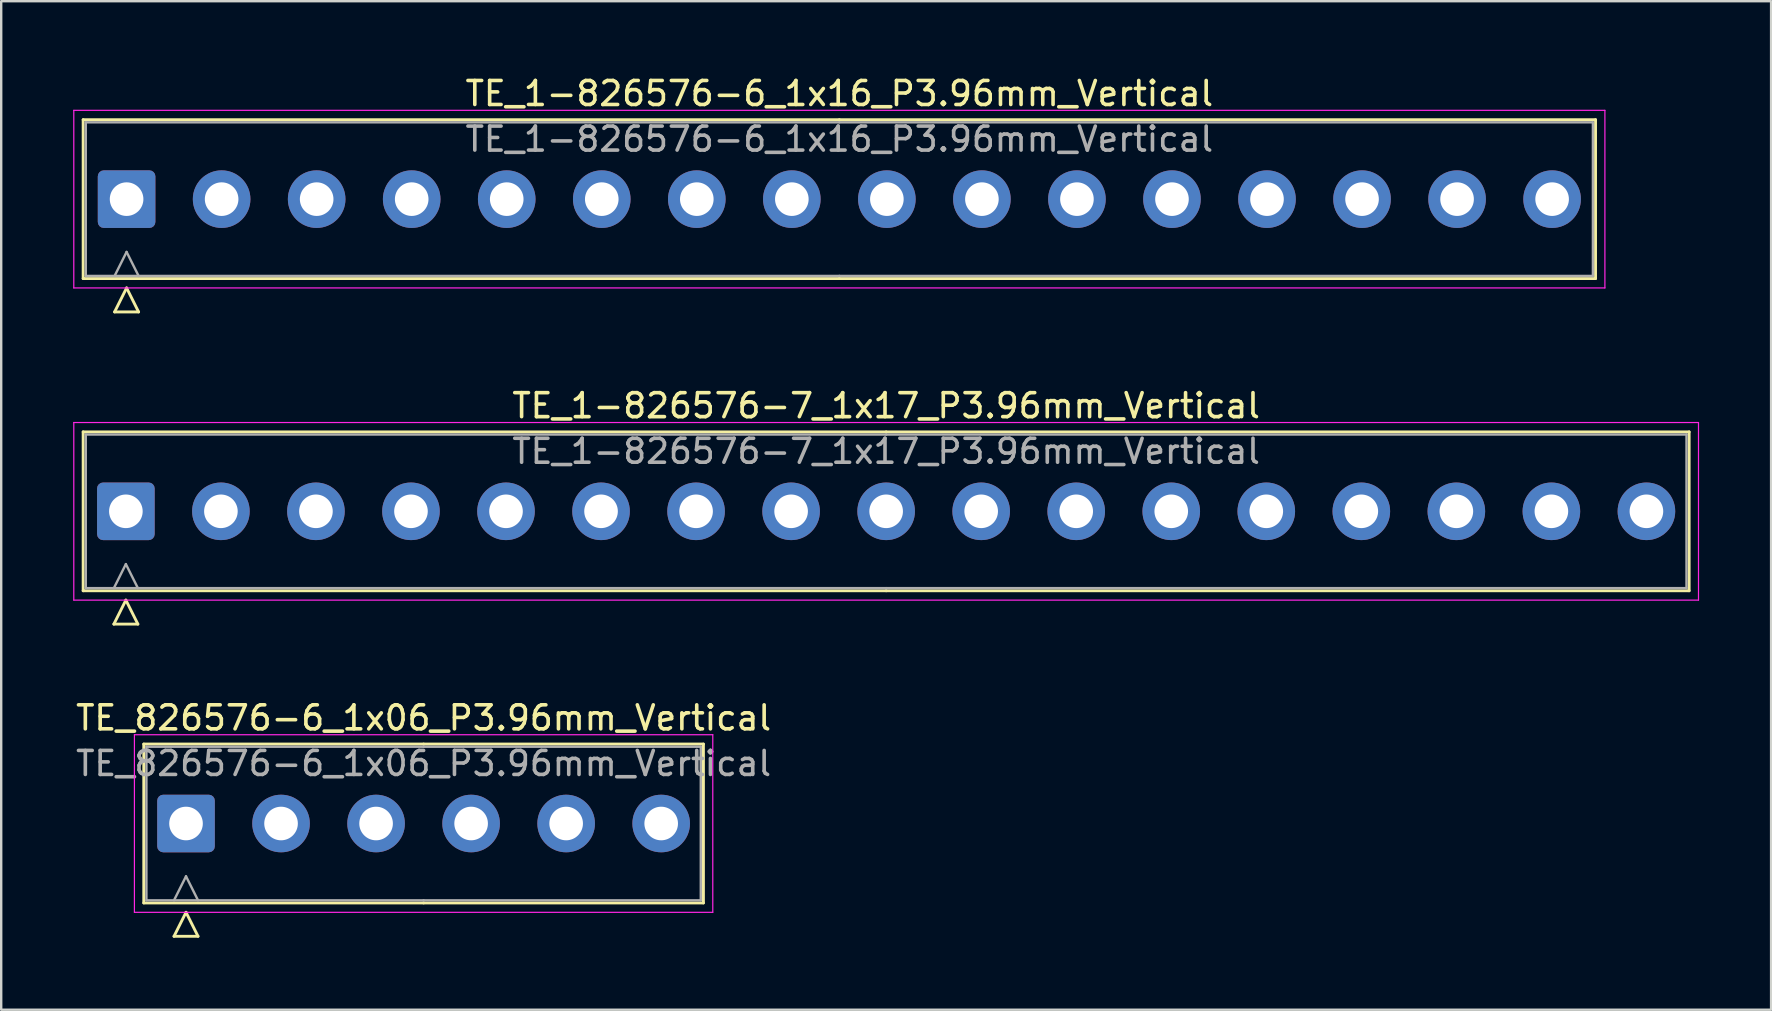
<source format=kicad_pcb>
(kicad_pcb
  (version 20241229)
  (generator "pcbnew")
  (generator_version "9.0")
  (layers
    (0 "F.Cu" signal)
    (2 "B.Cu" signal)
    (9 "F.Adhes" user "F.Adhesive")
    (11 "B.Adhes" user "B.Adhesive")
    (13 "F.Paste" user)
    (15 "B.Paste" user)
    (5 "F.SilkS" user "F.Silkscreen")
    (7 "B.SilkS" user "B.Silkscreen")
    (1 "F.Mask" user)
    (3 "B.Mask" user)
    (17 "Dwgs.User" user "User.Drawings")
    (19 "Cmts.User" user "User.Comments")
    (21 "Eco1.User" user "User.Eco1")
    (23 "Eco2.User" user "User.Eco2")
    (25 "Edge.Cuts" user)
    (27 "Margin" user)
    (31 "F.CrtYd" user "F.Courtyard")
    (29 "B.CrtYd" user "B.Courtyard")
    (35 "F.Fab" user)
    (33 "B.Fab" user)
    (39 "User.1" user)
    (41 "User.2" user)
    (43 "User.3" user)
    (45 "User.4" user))
  (footprint "TE_1-826576-7_1x17_P3.96mm_Vertical"
    (layer "F.Cu")
    (at 2.195 18.256)
    (property "Reference" "TE_1-826576-7_1x17_P3.96mm_Vertical" (at 31.68 -4.4 0) (layer "F.SilkS") (effects (font (size 1 1) (thickness 0.15))))
    (attr through_hole)
    (fp_line (start -1.78 -3.31) (end -1.78 3.31) (stroke (width 0.12) (type solid)) (layer "F.SilkS"))
    (fp_line (start -1.78 3.31) (end 31.68 3.31) (stroke (width 0.12) (type solid)) (layer "F.SilkS"))
    (fp_line (start -0.5 4.7) (end 0 3.7) (stroke (width 0.12) (type solid)) (layer "F.SilkS"))
    (fp_line (start 0 3.7) (end 0.5 4.7) (stroke (width 0.12) (type solid)) (layer "F.SilkS"))
    (fp_line (start 0.5 4.7) (end -0.5 4.7) (stroke (width 0.12) (type solid)) (layer "F.SilkS"))
    (fp_line (start 31.68 -3.31) (end -1.78 -3.31) (stroke (width 0.12) (type solid)) (layer "F.SilkS"))
    (fp_line (start 31.68 -3.31) (end 65.14 -3.31) (stroke (width 0.12) (type solid)) (layer "F.SilkS"))
    (fp_line (start 65.14 -3.31) (end 65.14 3.31) (stroke (width 0.12) (type solid)) (layer "F.SilkS"))
    (fp_line (start 65.14 3.31) (end 31.68 3.31) (stroke (width 0.12) (type solid)) (layer "F.SilkS"))
    (fp_line (start -2.17 -3.7) (end -2.17 3.7) (stroke (width 0.05) (type solid)) (layer "F.CrtYd"))
    (fp_line (start -2.17 3.7) (end 65.53 3.7) (stroke (width 0.05) (type solid)) (layer "F.CrtYd"))
    (fp_line (start 65.53 -3.7) (end -2.17 -3.7) (stroke (width 0.05) (type solid)) (layer "F.CrtYd"))
    (fp_line (start 65.53 3.7) (end 65.53 -3.7) (stroke (width 0.05) (type solid)) (layer "F.CrtYd"))
    (fp_line (start -1.67 -3.2) (end -1.67 3.2) (stroke (width 0.1) (type solid)) (layer "F.Fab"))
    (fp_line (start -1.67 3.2) (end 31.68 3.2) (stroke (width 0.1) (type solid)) (layer "F.Fab"))
    (fp_line (start -0.5 3.2) (end 0 2.2) (stroke (width 0.1) (type solid)) (layer "F.Fab"))
    (fp_line (start 0 2.2) (end 0.5 3.2) (stroke (width 0.1) (type solid)) (layer "F.Fab"))
    (fp_line (start 31.68 -3.2) (end -1.67 -3.2) (stroke (width 0.1) (type solid)) (layer "F.Fab"))
    (fp_line (start 31.68 -3.2) (end 65.03 -3.2) (stroke (width 0.1) (type solid)) (layer "F.Fab"))
    (fp_line (start 65.03 -3.2) (end 65.03 3.2) (stroke (width 0.1) (type solid)) (layer "F.Fab"))
    (fp_line (start 65.03 3.2) (end 31.68 3.2) (stroke (width 0.1) (type solid)) (layer "F.Fab"))
    (fp_text user "${REFERENCE}" (at 31.68 -2.5 0) (layer "F.Fab") (effects (font (size 1 1) (thickness 0.15))))
    (pad "1" thru_hole roundrect (at 0 0) (size 2.4 2.4) (drill 1.4) (layers "*.Cu" "*.Mask") (roundrect_rratio 0.104))
    (pad "2" thru_hole circle (at 3.96 0) (size 2.4 2.4) (drill 1.4) (layers "*.Cu" "*.Mask"))
    (pad "3" thru_hole circle (at 7.92 0) (size 2.4 2.4) (drill 1.4) (layers "*.Cu" "*.Mask"))
    (pad "4" thru_hole circle (at 11.88 0) (size 2.4 2.4) (drill 1.4) (layers "*.Cu" "*.Mask"))
    (pad "5" thru_hole circle (at 15.84 0) (size 2.4 2.4) (drill 1.4) (layers "*.Cu" "*.Mask"))
    (pad "6" thru_hole circle (at 19.8 0) (size 2.4 2.4) (drill 1.4) (layers "*.Cu" "*.Mask"))
    (pad "7" thru_hole circle (at 23.76 0) (size 2.4 2.4) (drill 1.4) (layers "*.Cu" "*.Mask"))
    (pad "8" thru_hole circle (at 27.72 0) (size 2.4 2.4) (drill 1.4) (layers "*.Cu" "*.Mask"))
    (pad "9" thru_hole circle (at 31.68 0) (size 2.4 2.4) (drill 1.4) (layers "*.Cu" "*.Mask"))
    (pad "10" thru_hole circle (at 35.64 0) (size 2.4 2.4) (drill 1.4) (layers "*.Cu" "*.Mask"))
    (pad "11" thru_hole circle (at 39.6 0) (size 2.4 2.4) (drill 1.4) (layers "*.Cu" "*.Mask"))
    (pad "12" thru_hole circle (at 43.56 0) (size 2.4 2.4) (drill 1.4) (layers "*.Cu" "*.Mask"))
    (pad "13" thru_hole circle (at 47.52 0) (size 2.4 2.4) (drill 1.4) (layers "*.Cu" "*.Mask"))
    (pad "14" thru_hole circle (at 51.48 0) (size 2.4 2.4) (drill 1.4) (layers "*.Cu" "*.Mask"))
    (pad "15" thru_hole circle (at 55.44 0) (size 2.4 2.4) (drill 1.4) (layers "*.Cu" "*.Mask"))
    (pad "16" thru_hole circle (at 59.4 0) (size 2.4 2.4) (drill 1.4) (layers "*.Cu" "*.Mask"))
    (pad "17" thru_hole circle (at 63.36 0) (size 2.4 2.4) (drill 1.4) (layers "*.Cu" "*.Mask")))
  (footprint "TE_826576-6_1x06_P3.96mm_Vertical"
    (layer "F.Cu")
    (at 4.701 31.265)
    (property "Reference" "TE_826576-6_1x06_P3.96mm_Vertical" (at 9.9 -4.4 0) (layer "F.SilkS") (effects (font (size 1 1) (thickness 0.15))))
    (attr through_hole)
    (fp_line (start -1.76 -3.31) (end -1.76 3.31) (stroke (width 0.12) (type solid)) (layer "F.SilkS"))
    (fp_line (start -1.76 3.31) (end 9.9 3.31) (stroke (width 0.12) (type solid)) (layer "F.SilkS"))
    (fp_line (start -0.5 4.7) (end 0 3.7) (stroke (width 0.12) (type solid)) (layer "F.SilkS"))
    (fp_line (start 0 3.7) (end 0.5 4.7) (stroke (width 0.12) (type solid)) (layer "F.SilkS"))
    (fp_line (start 0.5 4.7) (end -0.5 4.7) (stroke (width 0.12) (type solid)) (layer "F.SilkS"))
    (fp_line (start 9.9 -3.31) (end -1.76 -3.31) (stroke (width 0.12) (type solid)) (layer "F.SilkS"))
    (fp_line (start 9.9 -3.31) (end 21.56 -3.31) (stroke (width 0.12) (type solid)) (layer "F.SilkS"))
    (fp_line (start 21.56 -3.31) (end 21.56 3.31) (stroke (width 0.12) (type solid)) (layer "F.SilkS"))
    (fp_line (start 21.56 3.31) (end 9.9 3.31) (stroke (width 0.12) (type solid)) (layer "F.SilkS"))
    (fp_line (start -2.15 -3.7) (end -2.15 3.7) (stroke (width 0.05) (type solid)) (layer "F.CrtYd"))
    (fp_line (start -2.15 3.7) (end 21.95 3.7) (stroke (width 0.05) (type solid)) (layer "F.CrtYd"))
    (fp_line (start 21.95 -3.7) (end -2.15 -3.7) (stroke (width 0.05) (type solid)) (layer "F.CrtYd"))
    (fp_line (start 21.95 3.7) (end 21.95 -3.7) (stroke (width 0.05) (type solid)) (layer "F.CrtYd"))
    (fp_line (start -1.65 -3.2) (end -1.65 3.2) (stroke (width 0.1) (type solid)) (layer "F.Fab"))
    (fp_line (start -1.65 3.2) (end 9.9 3.2) (stroke (width 0.1) (type solid)) (layer "F.Fab"))
    (fp_line (start -0.5 3.2) (end 0 2.2) (stroke (width 0.1) (type solid)) (layer "F.Fab"))
    (fp_line (start 0 2.2) (end 0.5 3.2) (stroke (width 0.1) (type solid)) (layer "F.Fab"))
    (fp_line (start 9.9 -3.2) (end -1.65 -3.2) (stroke (width 0.1) (type solid)) (layer "F.Fab"))
    (fp_line (start 9.9 -3.2) (end 21.45 -3.2) (stroke (width 0.1) (type solid)) (layer "F.Fab"))
    (fp_line (start 21.45 -3.2) (end 21.45 3.2) (stroke (width 0.1) (type solid)) (layer "F.Fab"))
    (fp_line (start 21.45 3.2) (end 9.9 3.2) (stroke (width 0.1) (type solid)) (layer "F.Fab"))
    (fp_text user "${REFERENCE}" (at 9.9 -2.5 0) (layer "F.Fab") (effects (font (size 1 1) (thickness 0.15))))
    (pad "1" thru_hole roundrect (at 0 0) (size 2.4 2.4) (drill 1.4) (layers "*.Cu" "*.Mask") (roundrect_rratio 0.104))
    (pad "2" thru_hole circle (at 3.96 0) (size 2.4 2.4) (drill 1.4) (layers "*.Cu" "*.Mask"))
    (pad "3" thru_hole circle (at 7.92 0) (size 2.4 2.4) (drill 1.4) (layers "*.Cu" "*.Mask"))
    (pad "4" thru_hole circle (at 11.88 0) (size 2.4 2.4) (drill 1.4) (layers "*.Cu" "*.Mask"))
    (pad "5" thru_hole circle (at 15.84 0) (size 2.4 2.4) (drill 1.4) (layers "*.Cu" "*.Mask"))
    (pad "6" thru_hole circle (at 19.8 0) (size 2.4 2.4) (drill 1.4) (layers "*.Cu" "*.Mask")))
  (footprint "TE_1-826576-6_1x16_P3.96mm_Vertical"
    (layer "F.Cu")
    (at 2.225 5.248)
    (property "Reference" "TE_1-826576-6_1x16_P3.96mm_Vertical" (at 29.7 -4.4 0) (layer "F.SilkS") (effects (font (size 1 1) (thickness 0.15))))
    (attr through_hole)
    (fp_line (start -1.81 -3.31) (end -1.81 3.31) (stroke (width 0.12) (type solid)) (layer "F.SilkS"))
    (fp_line (start -1.81 3.31) (end 29.7 3.31) (stroke (width 0.12) (type solid)) (layer "F.SilkS"))
    (fp_line (start -0.5 4.7) (end 0 3.7) (stroke (width 0.12) (type solid)) (layer "F.SilkS"))
    (fp_line (start 0 3.7) (end 0.5 4.7) (stroke (width 0.12) (type solid)) (layer "F.SilkS"))
    (fp_line (start 0.5 4.7) (end -0.5 4.7) (stroke (width 0.12) (type solid)) (layer "F.SilkS"))
    (fp_line (start 29.7 -3.31) (end -1.81 -3.31) (stroke (width 0.12) (type solid)) (layer "F.SilkS"))
    (fp_line (start 29.7 -3.31) (end 61.21 -3.31) (stroke (width 0.12) (type solid)) (layer "F.SilkS"))
    (fp_line (start 61.21 -3.31) (end 61.21 3.31) (stroke (width 0.12) (type solid)) (layer "F.SilkS"))
    (fp_line (start 61.21 3.31) (end 29.7 3.31) (stroke (width 0.12) (type solid)) (layer "F.SilkS"))
    (fp_line (start -2.2 -3.7) (end -2.2 3.7) (stroke (width 0.05) (type solid)) (layer "F.CrtYd"))
    (fp_line (start -2.2 3.7) (end 61.6 3.7) (stroke (width 0.05) (type solid)) (layer "F.CrtYd"))
    (fp_line (start 61.6 -3.7) (end -2.2 -3.7) (stroke (width 0.05) (type solid)) (layer "F.CrtYd"))
    (fp_line (start 61.6 3.7) (end 61.6 -3.7) (stroke (width 0.05) (type solid)) (layer "F.CrtYd"))
    (fp_line (start -1.7 -3.2) (end -1.7 3.2) (stroke (width 0.1) (type solid)) (layer "F.Fab"))
    (fp_line (start -1.7 3.2) (end 29.7 3.2) (stroke (width 0.1) (type solid)) (layer "F.Fab"))
    (fp_line (start -0.5 3.2) (end 0 2.2) (stroke (width 0.1) (type solid)) (layer "F.Fab"))
    (fp_line (start 0 2.2) (end 0.5 3.2) (stroke (width 0.1) (type solid)) (layer "F.Fab"))
    (fp_line (start 29.7 -3.2) (end -1.7 -3.2) (stroke (width 0.1) (type solid)) (layer "F.Fab"))
    (fp_line (start 29.7 -3.2) (end 61.1 -3.2) (stroke (width 0.1) (type solid)) (layer "F.Fab"))
    (fp_line (start 61.1 -3.2) (end 61.1 3.2) (stroke (width 0.1) (type solid)) (layer "F.Fab"))
    (fp_line (start 61.1 3.2) (end 29.7 3.2) (stroke (width 0.1) (type solid)) (layer "F.Fab"))
    (fp_text user "${REFERENCE}" (at 29.7 -2.5 0) (layer "F.Fab") (effects (font (size 1 1) (thickness 0.15))))
    (pad "1" thru_hole roundrect (at 0 0) (size 2.4 2.4) (drill 1.4) (layers "*.Cu" "*.Mask") (roundrect_rratio 0.104))
    (pad "2" thru_hole circle (at 3.96 0) (size 2.4 2.4) (drill 1.4) (layers "*.Cu" "*.Mask"))
    (pad "3" thru_hole circle (at 7.92 0) (size 2.4 2.4) (drill 1.4) (layers "*.Cu" "*.Mask"))
    (pad "4" thru_hole circle (at 11.88 0) (size 2.4 2.4) (drill 1.4) (layers "*.Cu" "*.Mask"))
    (pad "5" thru_hole circle (at 15.84 0) (size 2.4 2.4) (drill 1.4) (layers "*.Cu" "*.Mask"))
    (pad "6" thru_hole circle (at 19.8 0) (size 2.4 2.4) (drill 1.4) (layers "*.Cu" "*.Mask"))
    (pad "7" thru_hole circle (at 23.76 0) (size 2.4 2.4) (drill 1.4) (layers "*.Cu" "*.Mask"))
    (pad "8" thru_hole circle (at 27.72 0) (size 2.4 2.4) (drill 1.4) (layers "*.Cu" "*.Mask"))
    (pad "9" thru_hole circle (at 31.68 0) (size 2.4 2.4) (drill 1.4) (layers "*.Cu" "*.Mask"))
    (pad "10" thru_hole circle (at 35.64 0) (size 2.4 2.4) (drill 1.4) (layers "*.Cu" "*.Mask"))
    (pad "11" thru_hole circle (at 39.6 0) (size 2.4 2.4) (drill 1.4) (layers "*.Cu" "*.Mask"))
    (pad "12" thru_hole circle (at 43.56 0) (size 2.4 2.4) (drill 1.4) (layers "*.Cu" "*.Mask"))
    (pad "13" thru_hole circle (at 47.52 0) (size 2.4 2.4) (drill 1.4) (layers "*.Cu" "*.Mask"))
    (pad "14" thru_hole circle (at 51.48 0) (size 2.4 2.4) (drill 1.4) (layers "*.Cu" "*.Mask"))
    (pad "15" thru_hole circle (at 55.44 0) (size 2.4 2.4) (drill 1.4) (layers "*.Cu" "*.Mask"))
    (pad "16" thru_hole circle (at 59.4 0) (size 2.4 2.4) (drill 1.4) (layers "*.Cu" "*.Mask")))
  (gr_rect
    (start -3 -3)
    (end 70.75 39.025)
    (stroke (width 0.1) (type default))
    (fill no)
    (layer "Edge.Cuts")))
</source>
